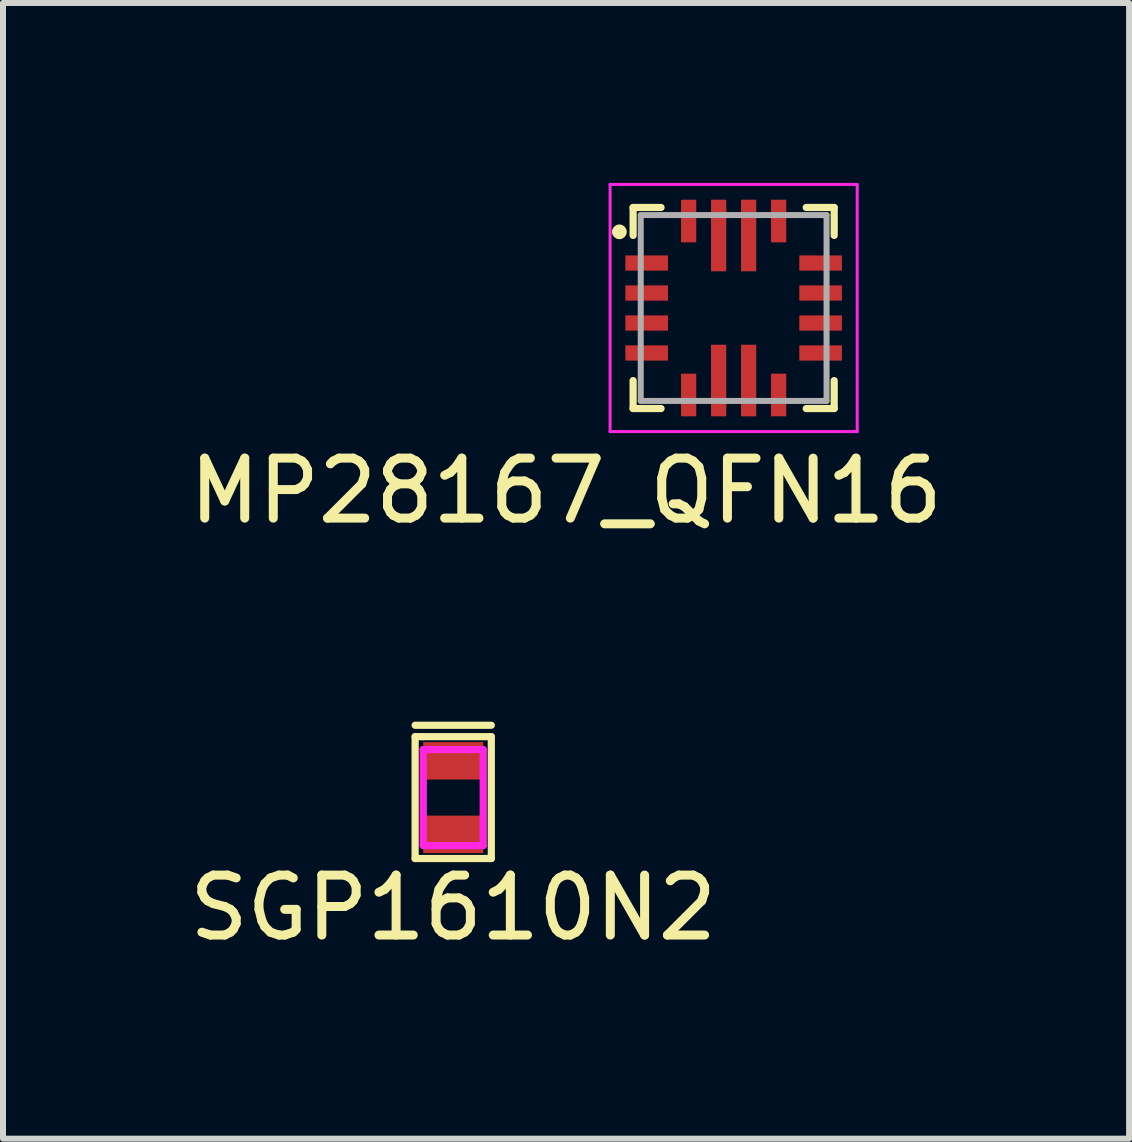
<source format=kicad_pcb>
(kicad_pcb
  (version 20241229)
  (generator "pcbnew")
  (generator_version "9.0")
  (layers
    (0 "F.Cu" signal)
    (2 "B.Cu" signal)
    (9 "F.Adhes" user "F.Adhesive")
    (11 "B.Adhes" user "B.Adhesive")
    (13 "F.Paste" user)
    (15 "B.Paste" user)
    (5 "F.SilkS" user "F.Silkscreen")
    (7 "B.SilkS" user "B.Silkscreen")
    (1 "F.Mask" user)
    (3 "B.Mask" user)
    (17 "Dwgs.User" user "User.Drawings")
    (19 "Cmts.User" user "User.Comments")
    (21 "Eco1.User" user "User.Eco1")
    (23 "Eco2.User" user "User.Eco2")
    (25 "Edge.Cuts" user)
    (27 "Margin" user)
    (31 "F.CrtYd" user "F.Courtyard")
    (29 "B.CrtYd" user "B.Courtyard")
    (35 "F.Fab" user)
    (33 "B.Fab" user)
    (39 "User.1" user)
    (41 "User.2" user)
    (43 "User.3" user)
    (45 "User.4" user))
  (footprint "MP28167_QFN16"
    (layer "F.Cu")
    (at 9.181 2.085)
    (property "Reference" "MP28167_QFN16" (at -2.794 3.048 0) (layer "F.SilkS") (effects (font (size 1 1) (thickness 0.15))))
    (attr through_hole)
    (fp_line (start -1.676 -1.676) (end -1.676 -1.21) (stroke (width 0.12) (type solid)) (layer "F.SilkS"))
    (fp_line (start -1.676 1.21) (end -1.676 1.676) (stroke (width 0.12) (type solid)) (layer "F.SilkS"))
    (fp_line (start -1.676 1.676) (end -1.21 1.676) (stroke (width 0.12) (type solid)) (layer "F.SilkS"))
    (fp_line (start -1.21 -1.676) (end -1.676 -1.676) (stroke (width 0.12) (type solid)) (layer "F.SilkS"))
    (fp_line (start 1.21 1.676) (end 1.676 1.676) (stroke (width 0.12) (type solid)) (layer "F.SilkS"))
    (fp_line (start 1.676 -1.676) (end 1.21 -1.676) (stroke (width 0.12) (type solid)) (layer "F.SilkS"))
    (fp_line (start 1.676 -1.21) (end 1.676 -1.676) (stroke (width 0.12) (type solid)) (layer "F.SilkS"))
    (fp_line (start 1.676 1.676) (end 1.676 1.21) (stroke (width 0.12) (type solid)) (layer "F.SilkS"))
    (fp_circle (center -1.905 -1.27) (end -1.905 -1.333) (stroke (width 0.12) (type solid)) (fill no) (layer "F.SilkS"))
    (fp_line (start -2.06 -2.06) (end -2.06 2.06) (stroke (width 0.05) (type solid)) (layer "F.CrtYd"))
    (fp_line (start -2.06 2.06) (end 2.06 2.06) (stroke (width 0.05) (type solid)) (layer "F.CrtYd"))
    (fp_line (start 2.06 -2.06) (end -2.06 -2.06) (stroke (width 0.05) (type solid)) (layer "F.CrtYd"))
    (fp_line (start 2.06 2.06) (end 2.06 -2.06) (stroke (width 0.05) (type solid)) (layer "F.CrtYd"))
    (fp_line (start -1.549 -1.549) (end -1.549 1.549) (stroke (width 0.1) (type solid)) (layer "F.Fab"))
    (fp_line (start -1.549 1.549) (end 1.549 1.549) (stroke (width 0.1) (type solid)) (layer "F.Fab"))
    (fp_line (start 1.549 -1.549) (end -1.549 -1.549) (stroke (width 0.1) (type solid)) (layer "F.Fab"))
    (fp_line (start 1.549 1.549) (end 1.549 -1.549) (stroke (width 0.1) (type solid)) (layer "F.Fab"))
    (pad "1" smd rect (at -1.45 -0.75) (size 0.711 0.254) (layers "F.Cu" "F.Mask" "F.Paste"))
    (pad "2" smd rect (at -1.45 -0.25) (size 0.711 0.254) (layers "F.Cu" "F.Mask" "F.Paste"))
    (pad "3" smd rect (at -1.45 0.25) (size 0.711 0.254) (layers "F.Cu" "F.Mask" "F.Paste"))
    (pad "4" smd rect (at -1.45 0.75) (size 0.711 0.254) (layers "F.Cu" "F.Mask" "F.Paste"))
    (pad "5" smd rect (at -0.75 1.45) (size 0.254 0.711) (layers "F.Cu" "F.Mask" "F.Paste"))
    (pad "6" smd rect (at -0.25 1.209) (size 0.254 1.194) (layers "F.Cu" "F.Mask" "F.Paste"))
    (pad "7" smd rect (at 0.25 1.209) (size 0.254 1.194) (layers "F.Cu" "F.Mask" "F.Paste"))
    (pad "8" smd rect (at 0.75 1.45) (size 0.254 0.711) (layers "F.Cu" "F.Mask" "F.Paste"))
    (pad "9" smd rect (at 1.45 0.75) (size 0.711 0.254) (layers "F.Cu" "F.Mask" "F.Paste"))
    (pad "10" smd rect (at 1.45 0.25) (size 0.711 0.254) (layers "F.Cu" "F.Mask" "F.Paste"))
    (pad "11" smd rect (at 1.45 -0.25) (size 0.711 0.254) (layers "F.Cu" "F.Mask" "F.Paste"))
    (pad "12" smd rect (at 1.45 -0.75) (size 0.711 0.254) (layers "F.Cu" "F.Mask" "F.Paste"))
    (pad "13" smd rect (at 0.75 -1.45) (size 0.254 0.711) (layers "F.Cu" "F.Mask" "F.Paste"))
    (pad "14" smd rect (at 0.25 -1.209) (size 0.254 1.194) (layers "F.Cu" "F.Mask" "F.Paste"))
    (pad "15" smd rect (at -0.25 -1.209) (size 0.254 1.194) (layers "F.Cu" "F.Mask" "F.Paste"))
    (pad "16" smd rect (at -0.75 -1.45) (size 0.254 0.711) (layers "F.Cu" "F.Mask" "F.Paste")))
  (footprint "SGP1610N2"
    (layer "F.Cu")
    (at 4.506 10.247)
    (property "Reference" "SGP1610N2" (at 0 1.837 0) (layer "F.SilkS") (effects (font (size 1 1) (thickness 0.15))))
    (attr through_hole)
    (fp_line (start -0.635 -1.206) (end 0.635 -1.206) (stroke (width 0.12) (type solid)) (layer "F.SilkS"))
    (fp_line (start -0.635 -1.016) (end -0.508 -1.016) (stroke (width 0.12) (type solid)) (layer "F.SilkS"))
    (fp_line (start -0.635 1.016) (end -0.635 -1.016) (stroke (width 0.12) (type solid)) (layer "F.SilkS"))
    (fp_line (start -0.508 -1.016) (end 0.635 -1.016) (stroke (width 0.12) (type solid)) (layer "F.SilkS"))
    (fp_line (start 0.635 -1.016) (end 0.635 1.016) (stroke (width 0.12) (type solid)) (layer "F.SilkS"))
    (fp_line (start 0.635 1.016) (end -0.635 1.016) (stroke (width 0.12) (type solid)) (layer "F.SilkS"))
    (fp_line (start -0.5 -0.8) (end 0.5 -0.8) (stroke (width 0.12) (type solid)) (layer "F.CrtYd"))
    (fp_line (start -0.5 0.8) (end -0.5 -0.8) (stroke (width 0.12) (type solid)) (layer "F.CrtYd"))
    (fp_line (start 0.5 -0.8) (end 0.5 0.8) (stroke (width 0.12) (type solid)) (layer "F.CrtYd"))
    (fp_line (start 0.5 0.8) (end -0.5 0.8) (stroke (width 0.12) (type solid)) (layer "F.CrtYd"))
    (pad "1" smd rect (at 0 -0.613) (size 1 0.625) (layers "F.Cu" "F.Mask" "F.Paste"))
    (pad "2" smd rect (at 0 0.613) (size 1 0.625) (layers "F.Cu" "F.Mask" "F.Paste")))
  (gr_rect
    (start -3 -3)
    (end 15.774 15.933)
    (stroke (width 0.1) (type default))
    (fill no)
    (layer "Edge.Cuts")))
</source>
